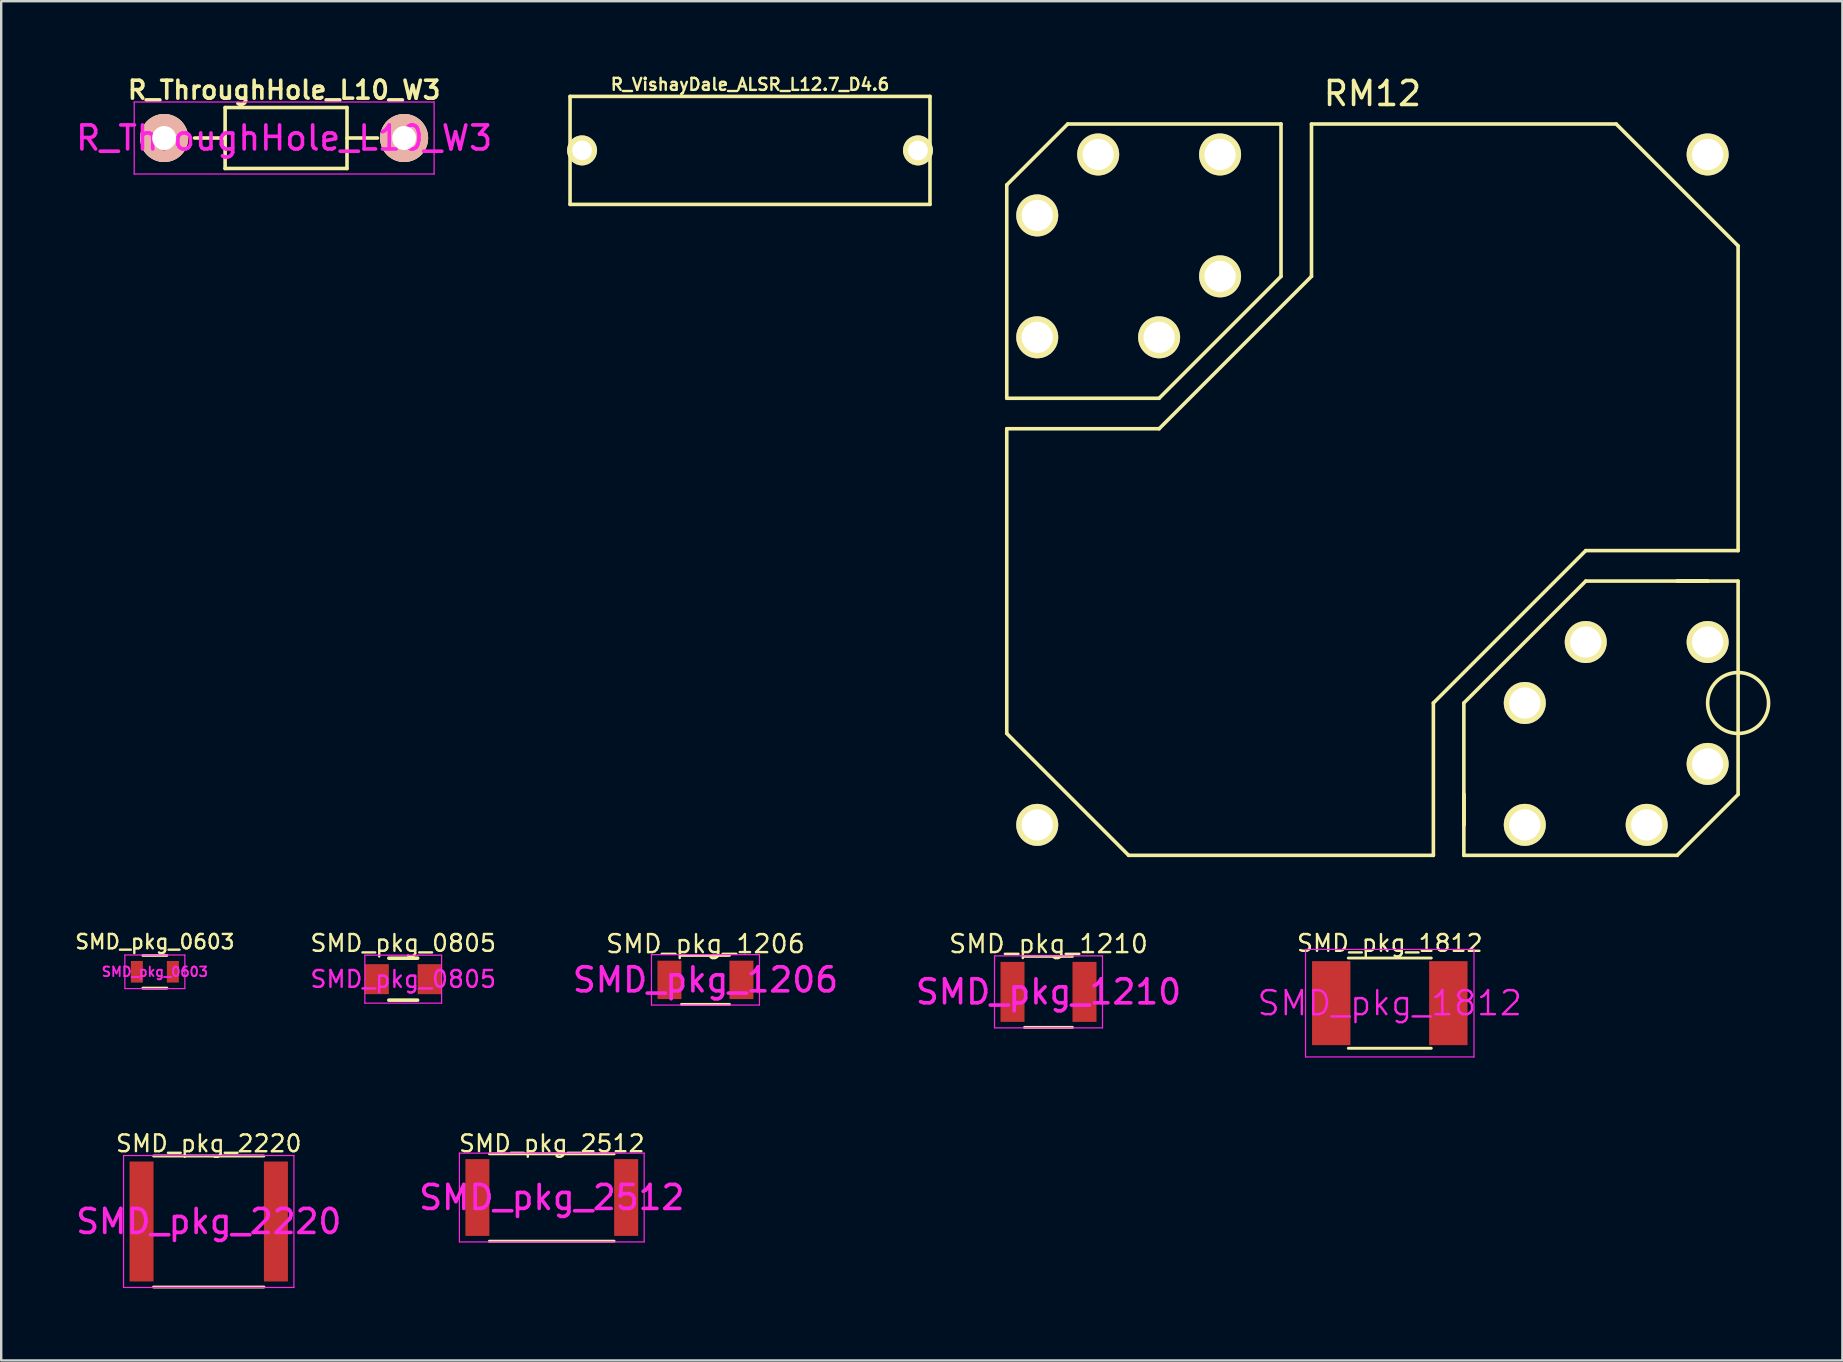
<source format=kicad_pcb>
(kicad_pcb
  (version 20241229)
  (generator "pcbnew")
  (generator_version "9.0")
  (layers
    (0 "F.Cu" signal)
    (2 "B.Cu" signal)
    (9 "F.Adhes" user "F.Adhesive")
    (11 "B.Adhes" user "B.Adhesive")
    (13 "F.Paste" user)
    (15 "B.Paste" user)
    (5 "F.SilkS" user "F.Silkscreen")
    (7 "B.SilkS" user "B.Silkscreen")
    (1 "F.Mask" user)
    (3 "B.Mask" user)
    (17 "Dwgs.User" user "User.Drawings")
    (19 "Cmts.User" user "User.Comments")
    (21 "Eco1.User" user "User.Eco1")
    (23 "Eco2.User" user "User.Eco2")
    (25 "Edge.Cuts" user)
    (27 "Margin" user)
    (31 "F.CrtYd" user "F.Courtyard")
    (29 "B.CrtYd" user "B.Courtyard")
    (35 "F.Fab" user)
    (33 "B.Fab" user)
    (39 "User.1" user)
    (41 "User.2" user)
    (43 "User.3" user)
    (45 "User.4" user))
  (footprint "SMD_pkg_2220"
    (layer "F.Cu")
    (at 5.649 47.858)
    (property "Reference" "SMD_pkg_2220" (at 0 -3.25 0) (layer "F.SilkS") (effects (font (size 0.7 0.7) (thickness 0.1))))
    (attr smd)
    (fp_line (start -2.3 2.73) (end 2.3 2.73) (stroke (width 0.12) (type solid)) (layer "F.SilkS"))
    (fp_line (start 2.3 -2.73) (end -2.3 -2.73) (stroke (width 0.12) (type solid)) (layer "F.SilkS"))
    (fp_line (start -3.55 -2.75) (end -3.55 2.75) (stroke (width 0.05) (type solid)) (layer "F.CrtYd"))
    (fp_line (start -3.55 -2.75) (end 3.55 -2.75) (stroke (width 0.05) (type solid)) (layer "F.CrtYd"))
    (fp_line (start 3.55 2.75) (end -3.55 2.75) (stroke (width 0.05) (type solid)) (layer "F.CrtYd"))
    (fp_line (start 3.55 2.75) (end 3.55 -2.75) (stroke (width 0.05) (type solid)) (layer "F.CrtYd"))
    (fp_text user "${REFERENCE}" (at 0 0 0) (layer "F.CrtYd") (effects (font (size 1 1) (thickness 0.15))))
    (pad "1" smd rect (at -2.8 0) (size 1 5) (layers "F.Cu" "F.Mask" "F.Paste"))
    (pad "2" smd rect (at 2.8 0) (size 1 5) (layers "F.Cu" "F.Mask" "F.Paste")))
  (footprint "SMD_pkg_0603"
    (layer "F.Cu")
    (at 3.404 37.45)
    (property "Reference" "SMD_pkg_0603" (at 0 -1.25 0) (layer "F.SilkS") (effects (font (size 0.6 0.6) (thickness 0.1))))
    (attr smd)
    (fp_line (start -0.5 -0.68) (end 0.5 -0.68) (stroke (width 0.12) (type solid)) (layer "F.SilkS"))
    (fp_line (start 0.5 0.68) (end -0.5 0.68) (stroke (width 0.12) (type solid)) (layer "F.SilkS"))
    (fp_line (start -1.25 -0.7) (end -1.25 0.7) (stroke (width 0.05) (type solid)) (layer "F.CrtYd"))
    (fp_line (start -1.25 -0.7) (end 1.25 -0.7) (stroke (width 0.05) (type solid)) (layer "F.CrtYd"))
    (fp_line (start 1.25 0.7) (end -1.25 0.7) (stroke (width 0.05) (type solid)) (layer "F.CrtYd"))
    (fp_line (start 1.25 0.7) (end 1.25 -0.7) (stroke (width 0.05) (type solid)) (layer "F.CrtYd"))
    (fp_text user "${REFERENCE}" (at 0 0 0) (layer "F.CrtYd") (effects (font (size 0.4 0.4) (thickness 0.075))))
    (pad "1" smd rect (at -0.75 0) (size 0.5 0.9) (layers "F.Cu" "F.Mask" "F.Paste"))
    (pad "2" smd rect (at 0.75 0) (size 0.5 0.9) (layers "F.Cu" "F.Mask" "F.Paste")))
  (footprint "SMD_pkg_2512"
    (layer "F.Cu")
    (at 19.946 46.858)
    (property "Reference" "SMD_pkg_2512" (at 0 -2.25 0) (layer "F.SilkS") (effects (font (size 0.7 0.7) (thickness 0.1))))
    (attr smd)
    (fp_line (start -2.6 -1.82) (end 2.6 -1.82) (stroke (width 0.12) (type solid)) (layer "F.SilkS"))
    (fp_line (start 2.6 1.82) (end -2.6 1.82) (stroke (width 0.12) (type solid)) (layer "F.SilkS"))
    (fp_line (start -3.85 -1.85) (end -3.85 1.85) (stroke (width 0.05) (type solid)) (layer "F.CrtYd"))
    (fp_line (start -3.85 -1.85) (end 3.85 -1.85) (stroke (width 0.05) (type solid)) (layer "F.CrtYd"))
    (fp_line (start 3.85 1.85) (end -3.85 1.85) (stroke (width 0.05) (type solid)) (layer "F.CrtYd"))
    (fp_line (start 3.85 1.85) (end 3.85 -1.85) (stroke (width 0.05) (type solid)) (layer "F.CrtYd"))
    (fp_text user "${REFERENCE}" (at 0 0 0) (layer "F.CrtYd") (effects (font (size 1 1) (thickness 0.15))))
    (pad "1" smd rect (at -3.1 0) (size 1 3.2) (layers "F.Cu" "F.Mask" "F.Paste"))
    (pad "2" smd rect (at 3.1 0) (size 1 3.2) (layers "F.Cu" "F.Mask" "F.Paste")))
  (footprint "R_VishayDale_ALSR_L12.7_D4.6"
    (layer "F.Cu")
    (at 28.208 3.218)
    (property "Reference" "R_VishayDale_ALSR_L12.7_D4.6" (at 0 -2.75 180) (layer "F.SilkS") (effects (font (size 0.5 0.5) (thickness 0.1))))
    (attr through_hole)
    (fp_line (start -7.5 -2.25) (end -7.5 2.25) (stroke (width 0.15) (type solid)) (layer "F.SilkS"))
    (fp_line (start -7.5 -2.25) (end 7.5 -2.25) (stroke (width 0.15) (type solid)) (layer "F.SilkS"))
    (fp_line (start -7.5 2.25) (end 7.5 2.25) (stroke (width 0.15) (type solid)) (layer "F.SilkS"))
    (fp_line (start 7.5 2.25) (end 7.5 -2.25) (stroke (width 0.15) (type solid)) (layer "F.SilkS"))
    (pad "1" thru_hole circle (at 7 0) (size 1.25 1.25) (drill 0.82) (layers "*.Cu" "*.Mask" "F.SilkS"))
    (pad "2" thru_hole circle (at -7 0) (size 1.25 1.25) (drill 0.82) (layers "*.Cu" "*.Mask" "F.SilkS")))
  (footprint "RM12"
    (layer "F.Cu")
    (at 54.148 17.358)
    (property "Reference" "RM12" (at 0 -16.51 0) (layer "F.SilkS") (effects (font (size 1 1) (thickness 0.15))))
    (attr through_hole)
    (fp_line (start -15.24 -12.7) (end -12.7 -15.24) (stroke (width 0.15) (type solid)) (layer "F.SilkS"))
    (fp_line (start -15.24 -3.81) (end -15.24 -12.7) (stroke (width 0.15) (type solid)) (layer "F.SilkS"))
    (fp_line (start -15.24 -2.54) (end -8.89 -2.54) (stroke (width 0.15) (type solid)) (layer "F.SilkS"))
    (fp_line (start -15.24 10.16) (end -15.24 -2.54) (stroke (width 0.15) (type solid)) (layer "F.SilkS"))
    (fp_line (start -12.7 -15.24) (end -3.81 -15.24) (stroke (width 0.15) (type solid)) (layer "F.SilkS"))
    (fp_line (start -10.16 15.24) (end -15.24 10.16) (stroke (width 0.15) (type solid)) (layer "F.SilkS"))
    (fp_line (start -8.89 -3.81) (end -15.24 -3.81) (stroke (width 0.15) (type solid)) (layer "F.SilkS"))
    (fp_line (start -8.89 -2.54) (end -2.54 -8.89) (stroke (width 0.15) (type solid)) (layer "F.SilkS"))
    (fp_line (start -3.81 -8.89) (end -8.89 -3.81) (stroke (width 0.15) (type solid)) (layer "F.SilkS"))
    (fp_line (start -3.81 -8.89) (end -3.81 -15.24) (stroke (width 0.15) (type solid)) (layer "F.SilkS"))
    (fp_line (start -2.54 -8.89) (end -2.54 -15.24) (stroke (width 0.15) (type solid)) (layer "F.SilkS"))
    (fp_line (start 2.54 8.89) (end 2.54 15.24) (stroke (width 0.15) (type solid)) (layer "F.SilkS"))
    (fp_line (start 2.54 15.24) (end -10.16 15.24) (stroke (width 0.15) (type solid)) (layer "F.SilkS"))
    (fp_line (start 3.81 8.89) (end 8.89 3.81) (stroke (width 0.15) (type solid)) (layer "F.SilkS"))
    (fp_line (start 3.81 12.7) (end 3.81 13.97) (stroke (width 0.15) (type solid)) (layer "F.SilkS"))
    (fp_line (start 3.81 13.97) (end 3.81 12.7) (stroke (width 0.15) (type solid)) (layer "F.SilkS"))
    (fp_line (start 3.81 15.24) (end 3.81 8.89) (stroke (width 0.15) (type solid)) (layer "F.SilkS"))
    (fp_line (start 8.89 2.54) (end 2.54 8.89) (stroke (width 0.15) (type solid)) (layer "F.SilkS"))
    (fp_line (start 8.89 3.81) (end 15.24 3.81) (stroke (width 0.15) (type solid)) (layer "F.SilkS"))
    (fp_line (start 10.16 -15.24) (end -2.54 -15.24) (stroke (width 0.15) (type solid)) (layer "F.SilkS"))
    (fp_line (start 12.7 3.81) (end 13.97 3.81) (stroke (width 0.15) (type solid)) (layer "F.SilkS"))
    (fp_line (start 12.7 15.24) (end 3.81 15.24) (stroke (width 0.15) (type solid)) (layer "F.SilkS"))
    (fp_line (start 13.97 3.81) (end 12.7 3.81) (stroke (width 0.15) (type solid)) (layer "F.SilkS"))
    (fp_line (start 15.24 -10.16) (end 10.16 -15.24) (stroke (width 0.15) (type solid)) (layer "F.SilkS"))
    (fp_line (start 15.24 -10.16) (end 15.24 2.54) (stroke (width 0.15) (type solid)) (layer "F.SilkS"))
    (fp_line (start 15.24 2.54) (end 8.89 2.54) (stroke (width 0.15) (type solid)) (layer "F.SilkS"))
    (fp_line (start 15.24 3.81) (end 15.24 12.7) (stroke (width 0.15) (type solid)) (layer "F.SilkS"))
    (fp_line (start 15.24 12.7) (end 12.7 15.24) (stroke (width 0.15) (type solid)) (layer "F.SilkS"))
    (fp_circle (center 15.24 8.89) (end 15.24 10.16) (stroke (width 0.15) (type solid)) (fill no) (layer "F.SilkS"))
    (pad "1" thru_hole circle (at 13.97 11.43) (size 1.75 1.75) (drill 1.3) (layers "*.Cu" "*.Mask" "F.SilkS"))
    (pad "2" thru_hole circle (at 13.97 6.35) (size 1.75 1.75) (drill 1.3) (layers "*.Cu" "*.Mask" "F.SilkS"))
    (pad "3" thru_hole circle (at 8.89 6.35) (size 1.75 1.75) (drill 1.3) (layers "*.Cu" "*.Mask" "F.SilkS"))
    (pad "4" thru_hole circle (at -6.35 -8.89) (size 1.75 1.75) (drill 1.3) (layers "*.Cu" "*.Mask" "F.SilkS"))
    (pad "5" thru_hole circle (at -6.35 -13.97) (size 1.75 1.75) (drill 1.3) (layers "*.Cu" "*.Mask" "F.SilkS"))
    (pad "6" thru_hole circle (at -11.43 -13.97) (size 1.75 1.75) (drill 1.3) (layers "*.Cu" "*.Mask" "F.SilkS"))
    (pad "7" thru_hole circle (at -13.97 -11.43) (size 1.75 1.75) (drill 1.3) (layers "*.Cu" "*.Mask" "F.SilkS"))
    (pad "8" thru_hole circle (at -13.97 -6.35) (size 1.75 1.75) (drill 1.3) (layers "*.Cu" "*.Mask" "F.SilkS"))
    (pad "9" thru_hole circle (at -8.89 -6.35) (size 1.75 1.75) (drill 1.3) (layers "*.Cu" "*.Mask" "F.SilkS"))
    (pad "10" thru_hole circle (at 6.35 8.89) (size 1.75 1.75) (drill 1.3) (layers "*.Cu" "*.Mask" "F.SilkS"))
    (pad "11" thru_hole circle (at 6.35 13.97) (size 1.75 1.75) (drill 1.3) (layers "*.Cu" "*.Mask" "F.SilkS"))
    (pad "12" thru_hole circle (at 11.43 13.97) (size 1.75 1.75) (drill 1.3) (layers "*.Cu" "*.Mask" "F.SilkS"))
    (pad "GND" thru_hole circle (at -13.97 13.97) (size 1.75 1.75) (drill 1.3) (layers "*.Cu" "*.Mask" "F.SilkS"))
    (pad "GND" thru_hole circle (at 13.97 -13.97) (size 1.75 1.75) (drill 1.3) (layers "*.Cu" "*.Mask" "F.SilkS")))
  (footprint "SMD_pkg_1812"
    (layer "F.Cu")
    (at 54.871 38.758)
    (property "Reference" "SMD_pkg_1812" (at 0 -2.5 0) (layer "F.SilkS") (effects (font (size 0.7 0.7) (thickness 0.1))))
    (attr smd)
    (fp_line (start -1.73 -1.88) (end 1.73 -1.88) (stroke (width 0.12) (type solid)) (layer "F.SilkS"))
    (fp_line (start -1.73 1.88) (end 1.73 1.88) (stroke (width 0.12) (type solid)) (layer "F.SilkS"))
    (fp_line (start -3.51 -2.24) (end 3.51 -2.24) (stroke (width 0.05) (type solid)) (layer "F.CrtYd"))
    (fp_line (start -3.51 2.24) (end -3.51 -2.24) (stroke (width 0.05) (type solid)) (layer "F.CrtYd"))
    (fp_line (start 3.51 -2.24) (end 3.51 2.24) (stroke (width 0.05) (type solid)) (layer "F.CrtYd"))
    (fp_line (start 3.51 2.24) (end -3.51 2.24) (stroke (width 0.05) (type solid)) (layer "F.CrtYd"))
    (fp_text user "${REFERENCE}" (at 0 0 0) (layer "F.CrtYd") (effects (font (size 1 1) (thickness 0.1))))
    (pad "1" smd rect (at -2.44 0) (size 1.6 3.5) (layers "F.Cu" "F.Mask" "F.Paste"))
    (pad "2" smd rect (at 2.44 0) (size 1.6 3.5) (layers "F.Cu" "F.Mask" "F.Paste")))
  (footprint "SMD_pkg_0805"
    (layer "F.Cu")
    (at 13.755 37.758)
    (property "Reference" "SMD_pkg_0805" (at 0 -1.5 0) (layer "F.SilkS") (effects (font (size 0.7 0.7) (thickness 0.1))))
    (attr smd)
    (fp_line (start -0.6 -0.875) (end 0.6 -0.875) (stroke (width 0.15) (type solid)) (layer "F.SilkS"))
    (fp_line (start 0.6 0.875) (end -0.6 0.875) (stroke (width 0.15) (type solid)) (layer "F.SilkS"))
    (fp_line (start -1.6 -1) (end -1.6 1) (stroke (width 0.05) (type solid)) (layer "F.CrtYd"))
    (fp_line (start -1.6 -1) (end 1.6 -1) (stroke (width 0.05) (type solid)) (layer "F.CrtYd"))
    (fp_line (start -1.6 1) (end 1.6 1) (stroke (width 0.05) (type solid)) (layer "F.CrtYd"))
    (fp_line (start 1.6 -1) (end 1.6 1) (stroke (width 0.05) (type solid)) (layer "F.CrtYd"))
    (fp_text user "${REFERENCE}" (at 0 0 0) (layer "F.CrtYd") (effects (font (size 0.7 0.7) (thickness 0.1))))
    (pad "1" smd rect (at -1.1 0) (size 1 1.25) (layers "F.Cu" "F.Mask" "F.Paste"))
    (pad "2" smd rect (at 1.1 0) (size 1 1.25) (layers "F.Cu" "F.Mask" "F.Paste")))
  (footprint "SMD_pkg_1210"
    (layer "F.Cu")
    (at 40.648 38.288)
    (property "Reference" "SMD_pkg_1210" (at 0 -2 0) (layer "F.SilkS") (effects (font (size 0.75 0.75) (thickness 0.1))))
    (attr smd)
    (fp_line (start -1 1.48) (end 1 1.48) (stroke (width 0.12) (type solid)) (layer "F.SilkS"))
    (fp_line (start 1 -1.48) (end -1 -1.48) (stroke (width 0.12) (type solid)) (layer "F.SilkS"))
    (fp_line (start -2.25 -1.5) (end -2.25 1.5) (stroke (width 0.05) (type solid)) (layer "F.CrtYd"))
    (fp_line (start -2.25 -1.5) (end 2.25 -1.5) (stroke (width 0.05) (type solid)) (layer "F.CrtYd"))
    (fp_line (start 2.25 1.5) (end -2.25 1.5) (stroke (width 0.05) (type solid)) (layer "F.CrtYd"))
    (fp_line (start 2.25 1.5) (end 2.25 -1.5) (stroke (width 0.05) (type solid)) (layer "F.CrtYd"))
    (fp_text user "${REFERENCE}" (at 0 0 0) (layer "F.CrtYd") (effects (font (size 1 1) (thickness 0.15))))
    (pad "1" smd rect (at -1.5 0) (size 1 2.5) (layers "F.Cu" "F.Mask" "F.Paste"))
    (pad "2" smd rect (at 1.5 0) (size 1 2.5) (layers "F.Cu" "F.Mask" "F.Paste")))
  (footprint "R_ThroughHole_L10_W3"
    (layer "F.Cu")
    (at 8.792 2.702)
    (property "Reference" "R_ThroughHole_L10_W3" (at 0 -2 0) (layer "F.SilkS") (effects (font (size 0.75 0.75) (thickness 0.15))))
    (attr through_hole)
    (fp_line (start -2.46 -1.27) (end 2.62 -1.27) (stroke (width 0.15) (type solid)) (layer "F.SilkS"))
    (fp_line (start -2.46 0) (end -3.73 0) (stroke (width 0.15) (type solid)) (layer "F.SilkS"))
    (fp_line (start -2.46 1.27) (end -2.46 -1.27) (stroke (width 0.15) (type solid)) (layer "F.SilkS"))
    (fp_line (start 2.62 -1.27) (end 2.62 1.27) (stroke (width 0.15) (type solid)) (layer "F.SilkS"))
    (fp_line (start 2.62 0) (end 3.89 0) (stroke (width 0.15) (type solid)) (layer "F.SilkS"))
    (fp_line (start 2.62 1.27) (end -2.46 1.27) (stroke (width 0.15) (type solid)) (layer "F.SilkS"))
    (fp_line (start -6.25 -1.5) (end 6.25 -1.5) (stroke (width 0.05) (type solid)) (layer "F.CrtYd"))
    (fp_line (start -6.25 1.5) (end -6.25 -1.5) (stroke (width 0.05) (type solid)) (layer "F.CrtYd"))
    (fp_line (start -6.25 1.5) (end 6.25 1.5) (stroke (width 0.05) (type solid)) (layer "F.CrtYd"))
    (fp_line (start 6.25 -1.5) (end 6.25 1.5) (stroke (width 0.05) (type solid)) (layer "F.CrtYd"))
    (fp_text user "${REFERENCE}" (at 0 0 0) (layer "F.CrtYd") (effects (font (size 1 1) (thickness 0.15))))
    (pad "1" thru_hole circle (at -5 0) (size 2 2) (drill 1) (layers "*.Cu" "*.SilkS" "*.Mask"))
    (pad "2" thru_hole circle (at 5 0) (size 2 2) (drill 1) (layers "*.Cu" "*.SilkS" "*.Mask")))
  (footprint "SMD_pkg_1206"
    (layer "F.Cu")
    (at 26.351 37.788)
    (property "Reference" "SMD_pkg_1206" (at 0 -1.5 0) (layer "F.SilkS") (effects (font (size 0.75 0.75) (thickness 0.1))))
    (attr smd)
    (fp_line (start -1 1.02) (end 1 1.02) (stroke (width 0.12) (type solid)) (layer "F.SilkS"))
    (fp_line (start 1 -1.02) (end -1 -1.02) (stroke (width 0.12) (type solid)) (layer "F.SilkS"))
    (fp_line (start -2.25 -1.05) (end -2.25 1.05) (stroke (width 0.05) (type solid)) (layer "F.CrtYd"))
    (fp_line (start -2.25 -1.05) (end 2.25 -1.05) (stroke (width 0.05) (type solid)) (layer "F.CrtYd"))
    (fp_line (start 2.25 1.05) (end -2.25 1.05) (stroke (width 0.05) (type solid)) (layer "F.CrtYd"))
    (fp_line (start 2.25 1.05) (end 2.25 -1.05) (stroke (width 0.05) (type solid)) (layer "F.CrtYd"))
    (fp_text user "${REFERENCE}" (at 0 0 0) (layer "F.CrtYd") (effects (font (size 1 1) (thickness 0.15))))
    (pad "1" smd rect (at -1.5 0) (size 1 1.6) (layers "F.Cu" "F.Mask" "F.Paste"))
    (pad "2" smd rect (at 1.5 0) (size 1 1.6) (layers "F.Cu" "F.Mask" "F.Paste")))
  (gr_rect
    (start -3 -3)
    (end 73.733 53.648)
    (stroke (width 0.1) (type default))
    (fill no)
    (layer "Edge.Cuts")))
</source>
